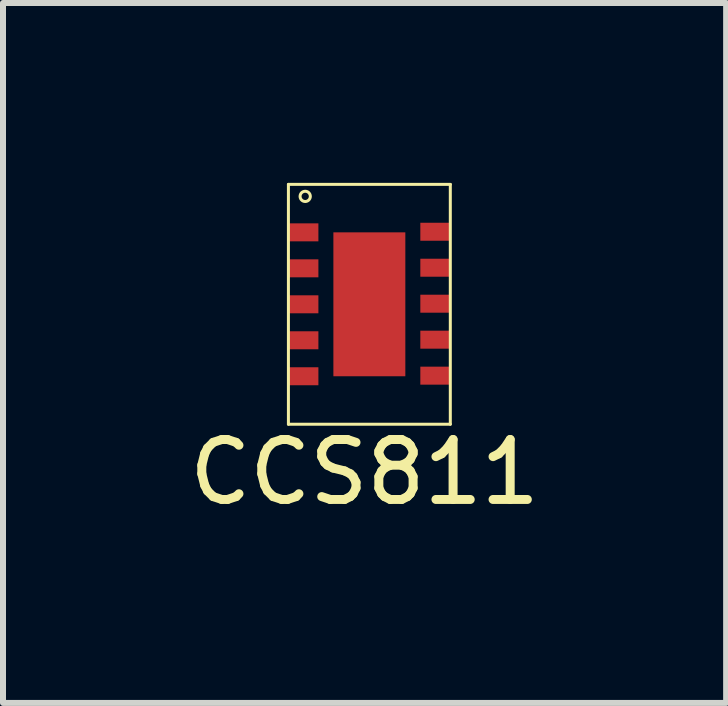
<source format=kicad_pcb>
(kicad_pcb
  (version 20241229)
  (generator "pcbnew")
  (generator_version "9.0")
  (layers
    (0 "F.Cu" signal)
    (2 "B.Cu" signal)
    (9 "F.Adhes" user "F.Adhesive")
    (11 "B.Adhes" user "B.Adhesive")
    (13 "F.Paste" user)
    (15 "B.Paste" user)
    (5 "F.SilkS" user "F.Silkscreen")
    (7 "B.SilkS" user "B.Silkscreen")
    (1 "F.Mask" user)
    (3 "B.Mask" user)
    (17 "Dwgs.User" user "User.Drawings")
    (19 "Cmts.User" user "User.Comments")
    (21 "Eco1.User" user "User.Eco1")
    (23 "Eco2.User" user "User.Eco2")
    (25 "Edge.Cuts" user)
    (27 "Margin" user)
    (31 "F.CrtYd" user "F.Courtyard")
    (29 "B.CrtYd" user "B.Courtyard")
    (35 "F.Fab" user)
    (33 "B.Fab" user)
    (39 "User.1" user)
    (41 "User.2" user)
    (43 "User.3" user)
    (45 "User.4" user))
  (footprint "CCS811"
    (layer "F.Cu")
    (at 4.45 4.045)
    (property "Reference" "CCS811" (at -1.42 0.78 0) (layer "F.SilkS") (effects (font (size 1 1) (thickness 0.15))))
    (attr through_hole)
    (fp_line (start -2.69 -4.02) (end 0.01 -4.02) (stroke (width 0.05) (type solid)) (layer "F.SilkS"))
    (fp_line (start -2.69 -0.02) (end -2.69 -4.02) (stroke (width 0.05) (type solid)) (layer "F.SilkS"))
    (fp_line (start 0.01 -4.02) (end 0.01 -0.02) (stroke (width 0.05) (type solid)) (layer "F.SilkS"))
    (fp_line (start 0.01 -0.02) (end -2.69 -0.02) (stroke (width 0.05) (type solid)) (layer "F.SilkS"))
    (fp_circle (center -2.41 -3.82) (end -2.33 -3.79) (stroke (width 0.05) (type solid)) (fill no) (layer "F.SilkS"))
    (pad "1" smd rect (at -2.44 -3.22) (size 0.5 0.3) (layers "F.Cu" "F.Mask" "F.Paste"))
    (pad "2" smd rect (at -2.44 -2.62) (size 0.5 0.3) (layers "F.Cu" "F.Mask" "F.Paste"))
    (pad "3" smd rect (at -2.44 -2.02) (size 0.5 0.3) (layers "F.Cu" "F.Mask" "F.Paste"))
    (pad "4" smd rect (at -2.44 -1.42) (size 0.5 0.3) (layers "F.Cu" "F.Mask" "F.Paste"))
    (pad "5" smd rect (at -2.69 -0.82) (size 0.5 0.3) (drill (offset 0.25 0)) (layers "F.Cu" "F.Mask" "F.Paste"))
    (pad "6" smd rect (at -0.24 -0.83) (size 0.5 0.3) (layers "F.Cu" "F.Mask" "F.Paste"))
    (pad "7" smd rect (at -0.24 -1.43) (size 0.5 0.3) (layers "F.Cu" "F.Mask" "F.Paste"))
    (pad "8" smd rect (at -0.24 -2.03) (size 0.5 0.3) (layers "F.Cu" "F.Mask" "F.Paste"))
    (pad "9" smd rect (at -0.24 -2.63) (size 0.5 0.3) (layers "F.Cu" "F.Mask" "F.Paste"))
    (pad "10" smd rect (at -0.24 -3.23) (size 0.5 0.3) (layers "F.Cu" "F.Mask" "F.Paste"))
    (pad "PAD" smd rect (at -1.34 -2.02) (size 1.2 2.4) (layers "F.Cu" "F.Mask" "F.Paste")))
  (gr_rect
    (start -3 -3)
    (end 9.06 8.673)
    (stroke (width 0.1) (type default))
    (fill no)
    (layer "Edge.Cuts")))
</source>
